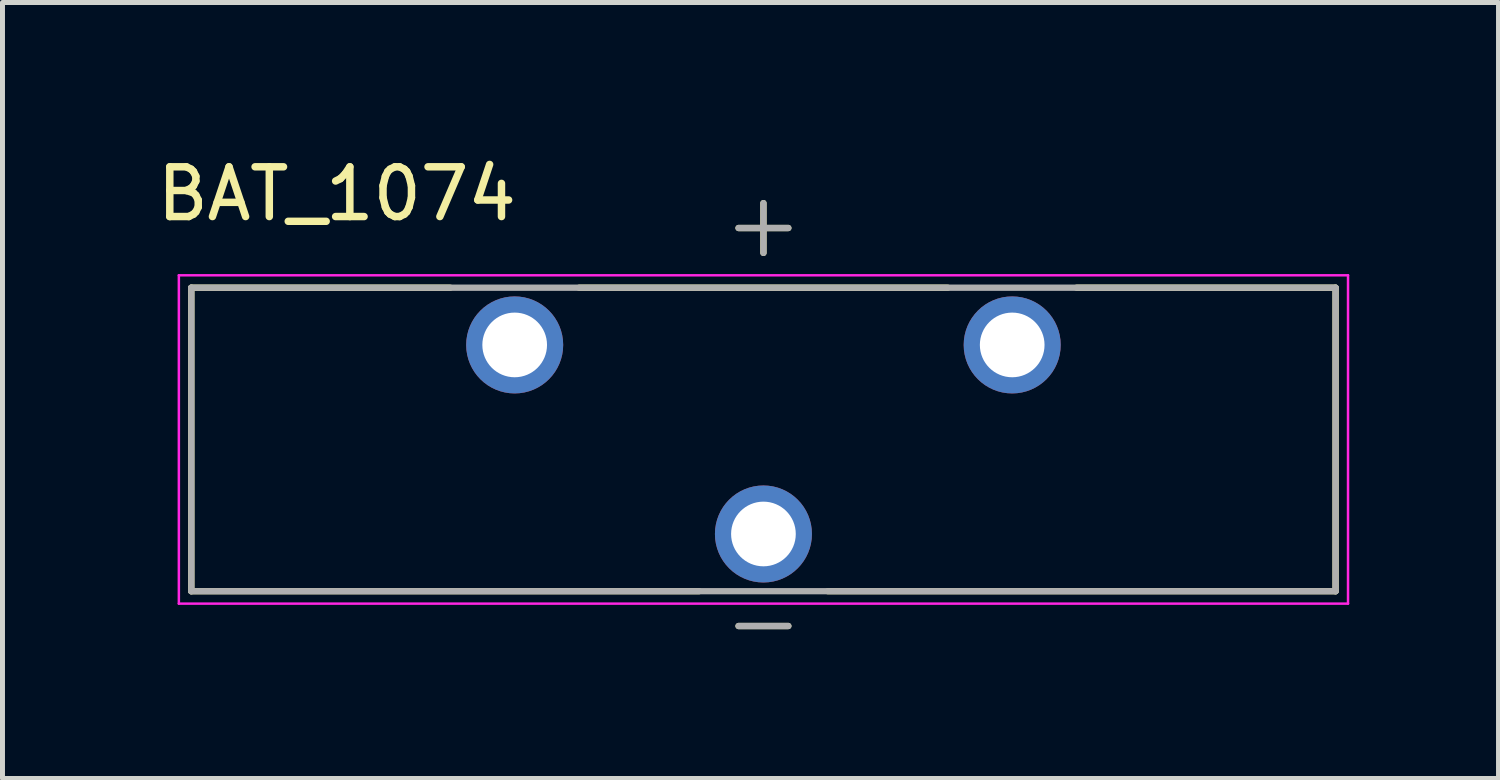
<source format=kicad_pcb>
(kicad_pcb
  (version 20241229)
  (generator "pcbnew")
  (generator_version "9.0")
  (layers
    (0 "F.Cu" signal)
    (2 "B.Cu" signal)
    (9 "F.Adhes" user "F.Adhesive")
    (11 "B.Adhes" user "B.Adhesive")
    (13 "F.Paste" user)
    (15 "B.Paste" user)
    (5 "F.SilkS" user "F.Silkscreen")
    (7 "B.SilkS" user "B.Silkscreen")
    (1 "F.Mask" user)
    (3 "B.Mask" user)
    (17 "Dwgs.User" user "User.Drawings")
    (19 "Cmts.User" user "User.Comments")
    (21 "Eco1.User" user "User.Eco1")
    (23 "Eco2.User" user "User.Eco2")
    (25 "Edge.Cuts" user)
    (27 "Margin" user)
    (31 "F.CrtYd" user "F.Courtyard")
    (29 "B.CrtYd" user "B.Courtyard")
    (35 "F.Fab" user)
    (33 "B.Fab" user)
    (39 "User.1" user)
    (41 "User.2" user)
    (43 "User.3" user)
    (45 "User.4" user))
  (footprint "BAT_1074"
    (layer "F.Cu")
    (at 12.295 5.783)
    (property "Reference" "BAT_1074" (at -8.575 -4.935 0) (layer "F.SilkS") (effects (font (size 1 1) (thickness 0.15))))
    (attr through_hole)
    (fp_line (start -11.5 -3.05) (end -11.5 3.05) (stroke (width 0.127) (type solid)) (layer "F.SilkS"))
    (fp_line (start -11.5 3.05) (end -1.295 3.05) (stroke (width 0.127) (type solid)) (layer "F.SilkS"))
    (fp_line (start -6.295 -3.05) (end -11.5 -3.05) (stroke (width 0.127) (type solid)) (layer "F.SilkS"))
    (fp_line (start -3.705 -3.05) (end 3.705 -3.05) (stroke (width 0.127) (type solid)) (layer "F.SilkS"))
    (fp_line (start -0.5 -4.25) (end 0.5 -4.25) (stroke (width 0.127) (type solid)) (layer "F.SilkS"))
    (fp_line (start -0.5 3.75) (end 0.5 3.75) (stroke (width 0.127) (type solid)) (layer "F.SilkS"))
    (fp_line (start 0 -3.75) (end 0 -4.75) (stroke (width 0.127) (type solid)) (layer "F.SilkS"))
    (fp_line (start 1.295 3.05) (end 11.5 3.05) (stroke (width 0.127) (type solid)) (layer "F.SilkS"))
    (fp_line (start 11.5 -3.05) (end 6.295 -3.05) (stroke (width 0.127) (type solid)) (layer "F.SilkS"))
    (fp_line (start 11.5 3.05) (end 11.5 -3.05) (stroke (width 0.127) (type solid)) (layer "F.SilkS"))
    (fp_line (start -11.75 -3.3) (end -11.75 3.3) (stroke (width 0.05) (type solid)) (layer "F.CrtYd"))
    (fp_line (start -11.75 3.3) (end 11.75 3.3) (stroke (width 0.05) (type solid)) (layer "F.CrtYd"))
    (fp_line (start 11.75 -3.3) (end -11.75 -3.3) (stroke (width 0.05) (type solid)) (layer "F.CrtYd"))
    (fp_line (start 11.75 3.3) (end 11.75 -3.3) (stroke (width 0.05) (type solid)) (layer "F.CrtYd"))
    (fp_line (start -11.5 -3.05) (end -11.5 3.05) (stroke (width 0.127) (type solid)) (layer "F.Fab"))
    (fp_line (start -11.5 3.05) (end 11.5 3.05) (stroke (width 0.127) (type solid)) (layer "F.Fab"))
    (fp_line (start -0.5 -4.25) (end 0.5 -4.25) (stroke (width 0.127) (type solid)) (layer "F.Fab"))
    (fp_line (start -0.5 3.75) (end 0.5 3.75) (stroke (width 0.127) (type solid)) (layer "F.Fab"))
    (fp_line (start 0 -4.75) (end 0 -3.75) (stroke (width 0.127) (type solid)) (layer "F.Fab"))
    (fp_line (start 11.5 -3.05) (end -11.5 -3.05) (stroke (width 0.127) (type solid)) (layer "F.Fab"))
    (fp_line (start 11.5 3.05) (end 11.5 -3.05) (stroke (width 0.127) (type solid)) (layer "F.Fab"))
    (pad "N" thru_hole circle (at 0 1.9) (size 1.95 1.95) (drill 1.3) (layers "*.Cu" "*.Mask"))
    (pad "P_1" thru_hole circle (at -5 -1.9) (size 1.95 1.95) (drill 1.3) (layers "*.Cu" "*.Mask"))
    (pad "P_2" thru_hole circle (at 5 -1.9) (size 1.95 1.95) (drill 1.3) (layers "*.Cu" "*.Mask")))
  (gr_rect
    (start -3 -3)
    (end 27.07 12.597)
    (stroke (width 0.1) (type default))
    (fill no)
    (layer "Edge.Cuts")))
</source>
